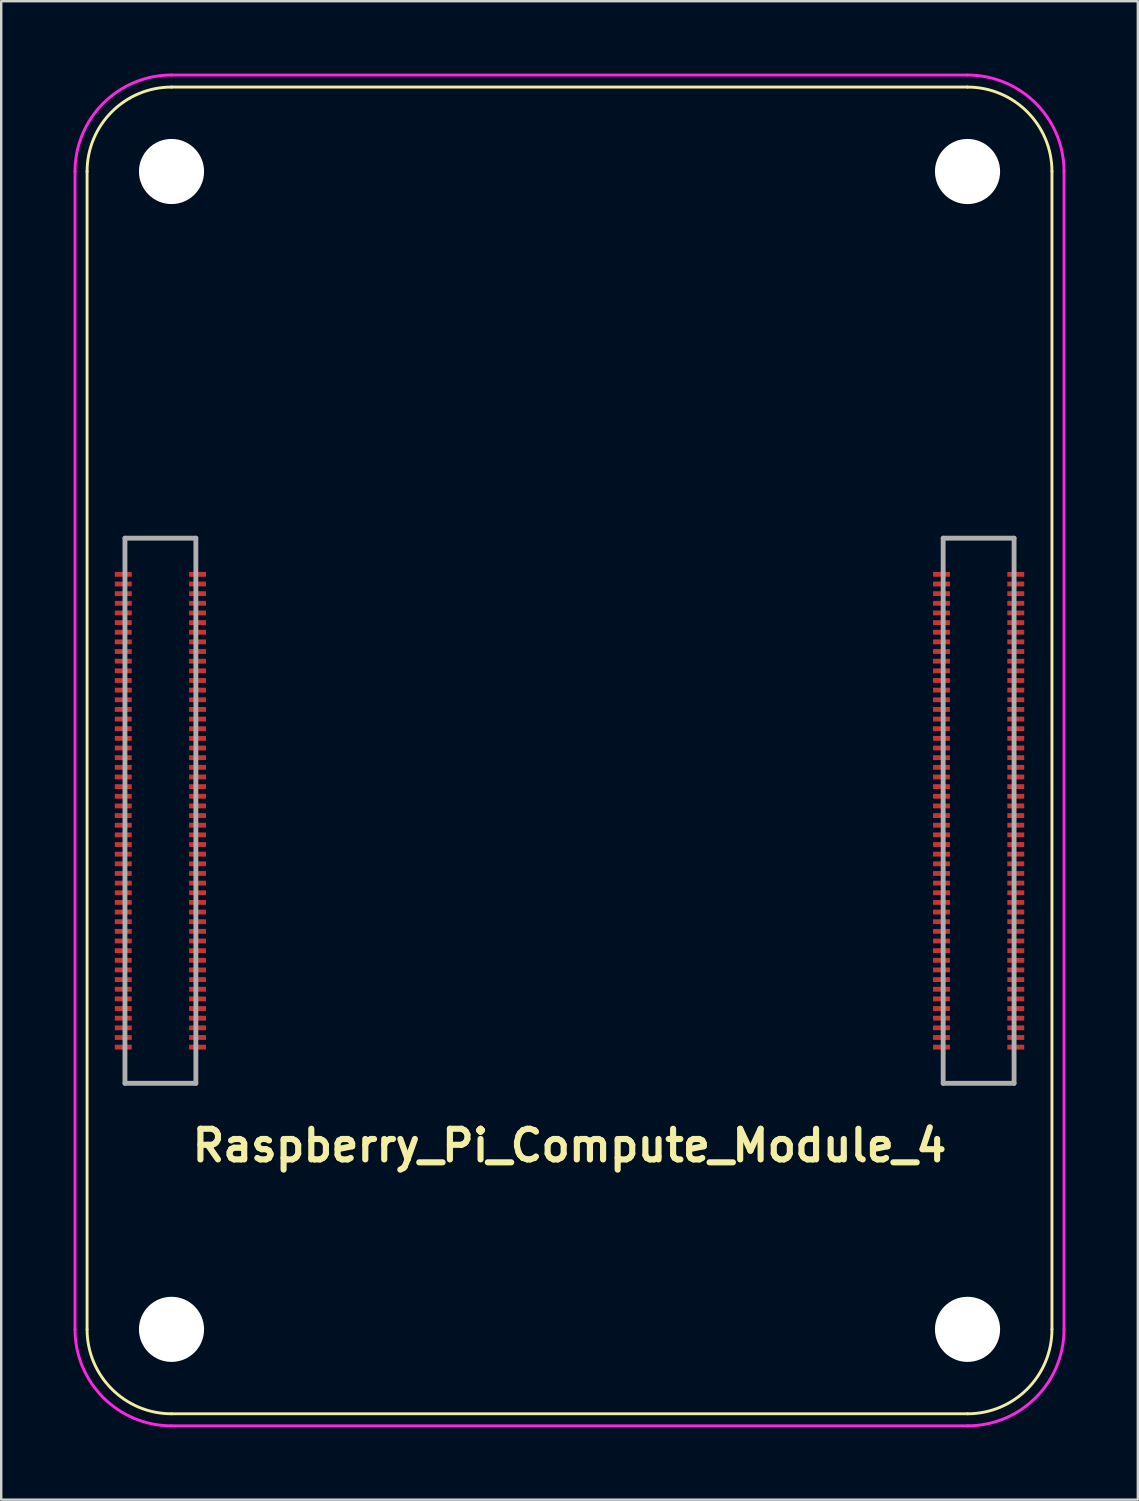
<source format=kicad_pcb>
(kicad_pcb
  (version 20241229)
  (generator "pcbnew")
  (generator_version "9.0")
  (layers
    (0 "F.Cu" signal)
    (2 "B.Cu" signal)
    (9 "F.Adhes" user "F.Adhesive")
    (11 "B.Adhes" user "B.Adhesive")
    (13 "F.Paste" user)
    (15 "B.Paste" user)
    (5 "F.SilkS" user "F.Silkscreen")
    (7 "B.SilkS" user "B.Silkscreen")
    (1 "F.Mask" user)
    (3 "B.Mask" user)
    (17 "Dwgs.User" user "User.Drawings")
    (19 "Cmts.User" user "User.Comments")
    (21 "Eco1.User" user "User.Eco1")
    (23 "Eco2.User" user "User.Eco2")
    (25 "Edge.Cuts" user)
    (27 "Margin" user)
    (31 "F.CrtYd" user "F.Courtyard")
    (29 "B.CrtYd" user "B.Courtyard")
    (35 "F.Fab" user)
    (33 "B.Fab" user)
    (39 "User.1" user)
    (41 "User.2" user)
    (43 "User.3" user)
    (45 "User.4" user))
  (footprint "Raspberry_Pi_Compute_Module_4"
    (layer "F.Cu")
    (at 4.06 52.06)
    (property "Reference" "Raspberry_Pi_Compute_Module_4" (at 16.5 -7.62 0) (layer "F.SilkS") (effects (font (size 1.27 1.27) (thickness 0.254))))
    (attr smd)
    (fp_line (start -3.5 -48) (end -3.5 0) (stroke (width 0.12) (type solid)) (layer "F.SilkS"))
    (fp_line (start -1.93 -32.8) (end -1.93 -31.5) (stroke (width 0.1) (type solid)) (layer "F.SilkS"))
    (fp_line (start -1.93 -10.2) (end -1.93 -11.5) (stroke (width 0.1) (type solid)) (layer "F.SilkS"))
    (fp_line (start 0 -51.5) (end 33 -51.5) (stroke (width 0.12) (type solid)) (layer "F.SilkS"))
    (fp_line (start 0 3.5) (end 33 3.5) (stroke (width 0.12) (type solid)) (layer "F.SilkS"))
    (fp_line (start 1.01 -32.8) (end -1.93 -32.8) (stroke (width 0.1) (type solid)) (layer "F.SilkS"))
    (fp_line (start 1.01 -31.5) (end 1.01 -32.8) (stroke (width 0.1) (type solid)) (layer "F.SilkS"))
    (fp_line (start 1.01 -11.5) (end 1.01 -10.2) (stroke (width 0.1) (type solid)) (layer "F.SilkS"))
    (fp_line (start 1.01 -10.2) (end -1.93 -10.2) (stroke (width 0.1) (type solid)) (layer "F.SilkS"))
    (fp_line (start 31.99 -32.8) (end 31.99 -31.5) (stroke (width 0.1) (type solid)) (layer "F.SilkS"))
    (fp_line (start 31.99 -10.2) (end 31.99 -11.5) (stroke (width 0.1) (type solid)) (layer "F.SilkS"))
    (fp_line (start 34.93 -32.8) (end 31.99 -32.8) (stroke (width 0.1) (type solid)) (layer "F.SilkS"))
    (fp_line (start 34.93 -31.5) (end 34.93 -32.8) (stroke (width 0.1) (type solid)) (layer "F.SilkS"))
    (fp_line (start 34.93 -11.5) (end 34.93 -10.2) (stroke (width 0.1) (type solid)) (layer "F.SilkS"))
    (fp_line (start 34.93 -10.2) (end 31.99 -10.2) (stroke (width 0.1) (type solid)) (layer "F.SilkS"))
    (fp_line (start 36.5 -48) (end 36.5 0) (stroke (width 0.12) (type solid)) (layer "F.SilkS"))
    (fp_arc (start -3.5 -48) (mid -2.474874 -50.474874) (end 0 -51.5) (stroke (width 0.12) (type solid)) (layer "F.SilkS"))
    (fp_arc (start 0 3.5) (mid -2.474874 2.474874) (end -3.5 0) (stroke (width 0.12) (type solid)) (layer "F.SilkS"))
    (fp_arc (start 33 -51.5) (mid 35.474874 -50.474874) (end 36.5 -48) (stroke (width 0.12) (type solid)) (layer "F.SilkS"))
    (fp_arc (start 36.5 0) (mid 35.474874 2.474874) (end 33 3.5) (stroke (width 0.12) (type solid)) (layer "F.SilkS"))
    (fp_line (start -4 -48) (end -4 0) (stroke (width 0.12) (type solid)) (layer "F.CrtYd"))
    (fp_line (start 0 -52) (end 33 -52) (stroke (width 0.12) (type solid)) (layer "F.CrtYd"))
    (fp_line (start 0 4) (end 33.02 4) (stroke (width 0.12) (type solid)) (layer "F.CrtYd"))
    (fp_line (start 37 -48) (end 37 0) (stroke (width 0.12) (type solid)) (layer "F.CrtYd"))
    (fp_arc (start -4 -48) (mid -2.828427 -50.828427) (end 0 -52) (stroke (width 0.12) (type solid)) (layer "F.CrtYd"))
    (fp_arc (start 0 4) (mid -2.828427 2.828427) (end -4 0) (stroke (width 0.12) (type solid)) (layer "F.CrtYd"))
    (fp_arc (start 33 -52) (mid 35.828427 -50.828427) (end 37 -48) (stroke (width 0.12) (type solid)) (layer "F.CrtYd"))
    (fp_arc (start 37 0) (mid 35.828427 2.828427) (end 33 4) (stroke (width 0.12) (type solid)) (layer "F.CrtYd"))
    (fp_line (start -1.93 -32.8) (end 1.01 -32.8) (stroke (width 0.2) (type solid)) (layer "F.Fab"))
    (fp_line (start -1.93 -10.2) (end -1.93 -32.8) (stroke (width 0.2) (type solid)) (layer "F.Fab"))
    (fp_line (start 1.01 -32.8) (end 1.01 -10.2) (stroke (width 0.2) (type solid)) (layer "F.Fab"))
    (fp_line (start 1.01 -10.2) (end -1.93 -10.2) (stroke (width 0.2) (type solid)) (layer "F.Fab"))
    (fp_line (start 31.99 -32.8) (end 34.93 -32.8) (stroke (width 0.2) (type solid)) (layer "F.Fab"))
    (fp_line (start 31.99 -10.2) (end 31.99 -32.8) (stroke (width 0.2) (type solid)) (layer "F.Fab"))
    (fp_line (start 34.93 -32.8) (end 34.93 -10.2) (stroke (width 0.2) (type solid)) (layer "F.Fab"))
    (fp_line (start 34.93 -10.2) (end 31.99 -10.2) (stroke (width 0.2) (type solid)) (layer "F.Fab"))
    (pad "" np_thru_hole circle (at 0 -48) (size 2.7 2.7) (drill 2.7) (layers "*.Cu" "*.Mask"))
    (pad "" np_thru_hole circle (at 0 0) (size 2.7 2.7) (drill 2.7) (layers "*.Cu" "*.Mask"))
    (pad "" np_thru_hole circle (at 33 -48) (size 2.7 2.7) (drill 2.7) (layers "*.Cu" "*.Mask"))
    (pad "" np_thru_hole circle (at 33 0) (size 2.7 2.7) (drill 2.7) (layers "*.Cu" "*.Mask"))
    (pad "1" smd rect (at -2 -31.3 270) (size 0.2 0.7) (layers "F.Cu" "F.Mask" "F.Paste"))
    (pad "2" smd rect (at 1.08 -31.3 270) (size 0.2 0.7) (layers "F.Cu" "F.Mask" "F.Paste"))
    (pad "3" smd rect (at -2 -30.9 270) (size 0.2 0.7) (layers "F.Cu" "F.Mask" "F.Paste"))
    (pad "4" smd rect (at 1.08 -30.9 270) (size 0.2 0.7) (layers "F.Cu" "F.Mask" "F.Paste"))
    (pad "5" smd rect (at -2 -30.5 270) (size 0.2 0.7) (layers "F.Cu" "F.Mask" "F.Paste"))
    (pad "6" smd rect (at 1.08 -30.5 270) (size 0.2 0.7) (layers "F.Cu" "F.Mask" "F.Paste"))
    (pad "7" smd rect (at -2 -30.1 270) (size 0.2 0.7) (layers "F.Cu" "F.Mask" "F.Paste"))
    (pad "8" smd rect (at 1.08 -30.1 270) (size 0.2 0.7) (layers "F.Cu" "F.Mask" "F.Paste"))
    (pad "9" smd rect (at -2 -29.7 270) (size 0.2 0.7) (layers "F.Cu" "F.Mask" "F.Paste"))
    (pad "10" smd rect (at 1.08 -29.7 270) (size 0.2 0.7) (layers "F.Cu" "F.Mask" "F.Paste"))
    (pad "11" smd rect (at -2 -29.3 270) (size 0.2 0.7) (layers "F.Cu" "F.Mask" "F.Paste"))
    (pad "12" smd rect (at 1.08 -29.3 270) (size 0.2 0.7) (layers "F.Cu" "F.Mask" "F.Paste"))
    (pad "13" smd rect (at -2 -28.9 270) (size 0.2 0.7) (layers "F.Cu" "F.Mask" "F.Paste"))
    (pad "14" smd rect (at 1.08 -28.9 270) (size 0.2 0.7) (layers "F.Cu" "F.Mask" "F.Paste"))
    (pad "15" smd rect (at -2 -28.5 270) (size 0.2 0.7) (layers "F.Cu" "F.Mask" "F.Paste"))
    (pad "16" smd rect (at 1.08 -28.5 270) (size 0.2 0.7) (layers "F.Cu" "F.Mask" "F.Paste"))
    (pad "17" smd rect (at -2 -28.1 270) (size 0.2 0.7) (layers "F.Cu" "F.Mask" "F.Paste"))
    (pad "18" smd rect (at 1.08 -28.1 270) (size 0.2 0.7) (layers "F.Cu" "F.Mask" "F.Paste"))
    (pad "19" smd rect (at -2 -27.7 270) (size 0.2 0.7) (layers "F.Cu" "F.Mask" "F.Paste"))
    (pad "20" smd rect (at 1.08 -27.7 270) (size 0.2 0.7) (layers "F.Cu" "F.Mask" "F.Paste"))
    (pad "21" smd rect (at -2 -27.3 270) (size 0.2 0.7) (layers "F.Cu" "F.Mask" "F.Paste"))
    (pad "22" smd rect (at 1.08 -27.3 270) (size 0.2 0.7) (layers "F.Cu" "F.Mask" "F.Paste"))
    (pad "23" smd rect (at -2 -26.9 270) (size 0.2 0.7) (layers "F.Cu" "F.Mask" "F.Paste"))
    (pad "24" smd rect (at 1.08 -26.9 270) (size 0.2 0.7) (layers "F.Cu" "F.Mask" "F.Paste"))
    (pad "25" smd rect (at -2 -26.5 270) (size 0.2 0.7) (layers "F.Cu" "F.Mask" "F.Paste"))
    (pad "26" smd rect (at 1.08 -26.5 270) (size 0.2 0.7) (layers "F.Cu" "F.Mask" "F.Paste"))
    (pad "27" smd rect (at -2 -26.1 270) (size 0.2 0.7) (layers "F.Cu" "F.Mask" "F.Paste"))
    (pad "28" smd rect (at 1.08 -26.1 270) (size 0.2 0.7) (layers "F.Cu" "F.Mask" "F.Paste"))
    (pad "29" smd rect (at -2 -25.7 270) (size 0.2 0.7) (layers "F.Cu" "F.Mask" "F.Paste"))
    (pad "30" smd rect (at 1.08 -25.7 270) (size 0.2 0.7) (layers "F.Cu" "F.Mask" "F.Paste"))
    (pad "31" smd rect (at -2 -25.3 270) (size 0.2 0.7) (layers "F.Cu" "F.Mask" "F.Paste"))
    (pad "32" smd rect (at 1.08 -25.3 270) (size 0.2 0.7) (layers "F.Cu" "F.Mask" "F.Paste"))
    (pad "33" smd rect (at -2 -24.9 270) (size 0.2 0.7) (layers "F.Cu" "F.Mask" "F.Paste"))
    (pad "34" smd rect (at 1.08 -24.9 270) (size 0.2 0.7) (layers "F.Cu" "F.Mask" "F.Paste"))
    (pad "35" smd rect (at -2 -24.5 270) (size 0.2 0.7) (layers "F.Cu" "F.Mask" "F.Paste"))
    (pad "36" smd rect (at 1.08 -24.5 270) (size 0.2 0.7) (layers "F.Cu" "F.Mask" "F.Paste"))
    (pad "37" smd rect (at -2 -24.1 270) (size 0.2 0.7) (layers "F.Cu" "F.Mask" "F.Paste"))
    (pad "38" smd rect (at 1.08 -24.1 270) (size 0.2 0.7) (layers "F.Cu" "F.Mask" "F.Paste"))
    (pad "39" smd rect (at -2 -23.7 270) (size 0.2 0.7) (layers "F.Cu" "F.Mask" "F.Paste"))
    (pad "40" smd rect (at 1.08 -23.7 270) (size 0.2 0.7) (layers "F.Cu" "F.Mask" "F.Paste"))
    (pad "41" smd rect (at -2 -23.3 270) (size 0.2 0.7) (layers "F.Cu" "F.Mask" "F.Paste"))
    (pad "42" smd rect (at 1.08 -23.3 270) (size 0.2 0.7) (layers "F.Cu" "F.Mask" "F.Paste"))
    (pad "43" smd rect (at -2 -22.9 270) (size 0.2 0.7) (layers "F.Cu" "F.Mask" "F.Paste"))
    (pad "44" smd rect (at 1.08 -22.9 270) (size 0.2 0.7) (layers "F.Cu" "F.Mask" "F.Paste"))
    (pad "45" smd rect (at -2 -22.5 270) (size 0.2 0.7) (layers "F.Cu" "F.Mask" "F.Paste"))
    (pad "46" smd rect (at 1.08 -22.5 270) (size 0.2 0.7) (layers "F.Cu" "F.Mask" "F.Paste"))
    (pad "47" smd rect (at -2 -22.1 270) (size 0.2 0.7) (layers "F.Cu" "F.Mask" "F.Paste"))
    (pad "48" smd rect (at 1.08 -22.1 270) (size 0.2 0.7) (layers "F.Cu" "F.Mask" "F.Paste"))
    (pad "49" smd rect (at -2 -21.7 270) (size 0.2 0.7) (layers "F.Cu" "F.Mask" "F.Paste"))
    (pad "50" smd rect (at 1.08 -21.7 270) (size 0.2 0.7) (layers "F.Cu" "F.Mask" "F.Paste"))
    (pad "51" smd rect (at -2 -21.3 270) (size 0.2 0.7) (layers "F.Cu" "F.Mask" "F.Paste"))
    (pad "52" smd rect (at 1.08 -21.3 270) (size 0.2 0.7) (layers "F.Cu" "F.Mask" "F.Paste"))
    (pad "53" smd rect (at -2 -20.9 270) (size 0.2 0.7) (layers "F.Cu" "F.Mask" "F.Paste"))
    (pad "54" smd rect (at 1.08 -20.9 270) (size 0.2 0.7) (layers "F.Cu" "F.Mask" "F.Paste"))
    (pad "55" smd rect (at -2 -20.5 270) (size 0.2 0.7) (layers "F.Cu" "F.Mask" "F.Paste"))
    (pad "56" smd rect (at 1.08 -20.5 270) (size 0.2 0.7) (layers "F.Cu" "F.Mask" "F.Paste"))
    (pad "57" smd rect (at -2 -20.1 270) (size 0.2 0.7) (layers "F.Cu" "F.Mask" "F.Paste"))
    (pad "58" smd rect (at 1.08 -20.1 270) (size 0.2 0.7) (layers "F.Cu" "F.Mask" "F.Paste"))
    (pad "59" smd rect (at -2 -19.7 270) (size 0.2 0.7) (layers "F.Cu" "F.Mask" "F.Paste"))
    (pad "60" smd rect (at 1.08 -19.7 270) (size 0.2 0.7) (layers "F.Cu" "F.Mask" "F.Paste"))
    (pad "61" smd rect (at -2 -19.3 270) (size 0.2 0.7) (layers "F.Cu" "F.Mask" "F.Paste"))
    (pad "62" smd rect (at 1.08 -19.3 270) (size 0.2 0.7) (layers "F.Cu" "F.Mask" "F.Paste"))
    (pad "63" smd rect (at -2 -18.9 270) (size 0.2 0.7) (layers "F.Cu" "F.Mask" "F.Paste"))
    (pad "64" smd rect (at 1.08 -18.9 270) (size 0.2 0.7) (layers "F.Cu" "F.Mask" "F.Paste"))
    (pad "65" smd rect (at -2 -18.5 270) (size 0.2 0.7) (layers "F.Cu" "F.Mask" "F.Paste"))
    (pad "66" smd rect (at 1.08 -18.5 270) (size 0.2 0.7) (layers "F.Cu" "F.Mask" "F.Paste"))
    (pad "67" smd rect (at -2 -18.1 270) (size 0.2 0.7) (layers "F.Cu" "F.Mask" "F.Paste"))
    (pad "68" smd rect (at 1.08 -18.1 270) (size 0.2 0.7) (layers "F.Cu" "F.Mask" "F.Paste"))
    (pad "69" smd rect (at -2 -17.7 270) (size 0.2 0.7) (layers "F.Cu" "F.Mask" "F.Paste"))
    (pad "70" smd rect (at 1.08 -17.7 270) (size 0.2 0.7) (layers "F.Cu" "F.Mask" "F.Paste"))
    (pad "71" smd rect (at -2 -17.3 270) (size 0.2 0.7) (layers "F.Cu" "F.Mask" "F.Paste"))
    (pad "72" smd rect (at 1.08 -17.3 270) (size 0.2 0.7) (layers "F.Cu" "F.Mask" "F.Paste"))
    (pad "73" smd rect (at -2 -16.9 270) (size 0.2 0.7) (layers "F.Cu" "F.Mask" "F.Paste"))
    (pad "74" smd rect (at 1.08 -16.9 270) (size 0.2 0.7) (layers "F.Cu" "F.Mask" "F.Paste"))
    (pad "75" smd rect (at -2 -16.5 270) (size 0.2 0.7) (layers "F.Cu" "F.Mask" "F.Paste"))
    (pad "76" smd rect (at 1.08 -16.5 270) (size 0.2 0.7) (layers "F.Cu" "F.Mask" "F.Paste"))
    (pad "77" smd rect (at -2 -16.1 270) (size 0.2 0.7) (layers "F.Cu" "F.Mask" "F.Paste"))
    (pad "78" smd rect (at 1.08 -16.1 270) (size 0.2 0.7) (layers "F.Cu" "F.Mask" "F.Paste"))
    (pad "79" smd rect (at -2 -15.7 270) (size 0.2 0.7) (layers "F.Cu" "F.Mask" "F.Paste"))
    (pad "80" smd rect (at 1.08 -15.7 270) (size 0.2 0.7) (layers "F.Cu" "F.Mask" "F.Paste"))
    (pad "81" smd rect (at -2 -15.3 270) (size 0.2 0.7) (layers "F.Cu" "F.Mask" "F.Paste"))
    (pad "82" smd rect (at 1.08 -15.3 270) (size 0.2 0.7) (layers "F.Cu" "F.Mask" "F.Paste"))
    (pad "83" smd rect (at -2 -14.9 270) (size 0.2 0.7) (layers "F.Cu" "F.Mask" "F.Paste"))
    (pad "84" smd rect (at 1.08 -14.9 270) (size 0.2 0.7) (layers "F.Cu" "F.Mask" "F.Paste"))
    (pad "85" smd rect (at -2 -14.5 270) (size 0.2 0.7) (layers "F.Cu" "F.Mask" "F.Paste"))
    (pad "86" smd rect (at 1.08 -14.5 270) (size 0.2 0.7) (layers "F.Cu" "F.Mask" "F.Paste"))
    (pad "87" smd rect (at -2 -14.1 270) (size 0.2 0.7) (layers "F.Cu" "F.Mask" "F.Paste"))
    (pad "88" smd rect (at 1.08 -14.1 270) (size 0.2 0.7) (layers "F.Cu" "F.Mask" "F.Paste"))
    (pad "89" smd rect (at -2 -13.7 270) (size 0.2 0.7) (layers "F.Cu" "F.Mask" "F.Paste"))
    (pad "90" smd rect (at 1.08 -13.7 270) (size 0.2 0.7) (layers "F.Cu" "F.Mask" "F.Paste"))
    (pad "91" smd rect (at -2 -13.3 270) (size 0.2 0.7) (layers "F.Cu" "F.Mask" "F.Paste"))
    (pad "92" smd rect (at 1.08 -13.3 270) (size 0.2 0.7) (layers "F.Cu" "F.Mask" "F.Paste"))
    (pad "93" smd rect (at -2 -12.9 270) (size 0.2 0.7) (layers "F.Cu" "F.Mask" "F.Paste"))
    (pad "94" smd rect (at 1.08 -12.9 270) (size 0.2 0.7) (layers "F.Cu" "F.Mask" "F.Paste"))
    (pad "95" smd rect (at -2 -12.5 270) (size 0.2 0.7) (layers "F.Cu" "F.Mask" "F.Paste"))
    (pad "96" smd rect (at 1.08 -12.5 270) (size 0.2 0.7) (layers "F.Cu" "F.Mask" "F.Paste"))
    (pad "97" smd rect (at -2 -12.1 270) (size 0.2 0.7) (layers "F.Cu" "F.Mask" "F.Paste"))
    (pad "98" smd rect (at 1.08 -12.1 270) (size 0.2 0.7) (layers "F.Cu" "F.Mask" "F.Paste"))
    (pad "99" smd rect (at -2 -11.7 270) (size 0.2 0.7) (layers "F.Cu" "F.Mask" "F.Paste"))
    (pad "100" smd rect (at 1.08 -11.7 270) (size 0.2 0.7) (layers "F.Cu" "F.Mask" "F.Paste"))
    (pad "101" smd rect (at 31.92 -31.3 270) (size 0.2 0.7) (layers "F.Cu" "F.Mask" "F.Paste"))
    (pad "102" smd rect (at 35 -31.3 270) (size 0.2 0.7) (layers "F.Cu" "F.Mask" "F.Paste"))
    (pad "103" smd rect (at 31.92 -30.9 270) (size 0.2 0.7) (layers "F.Cu" "F.Mask" "F.Paste"))
    (pad "104" smd rect (at 35 -30.9 270) (size 0.2 0.7) (layers "F.Cu" "F.Mask" "F.Paste"))
    (pad "105" smd rect (at 31.92 -30.5 270) (size 0.2 0.7) (layers "F.Cu" "F.Mask" "F.Paste"))
    (pad "106" smd rect (at 35 -30.5 270) (size 0.2 0.7) (layers "F.Cu" "F.Mask" "F.Paste"))
    (pad "107" smd rect (at 31.92 -30.1 270) (size 0.2 0.7) (layers "F.Cu" "F.Mask" "F.Paste"))
    (pad "108" smd rect (at 35 -30.1 270) (size 0.2 0.7) (layers "F.Cu" "F.Mask" "F.Paste"))
    (pad "109" smd rect (at 31.92 -29.7 270) (size 0.2 0.7) (layers "F.Cu" "F.Mask" "F.Paste"))
    (pad "110" smd rect (at 35 -29.7 270) (size 0.2 0.7) (layers "F.Cu" "F.Mask" "F.Paste"))
    (pad "111" smd rect (at 31.92 -29.3 270) (size 0.2 0.7) (layers "F.Cu" "F.Mask" "F.Paste"))
    (pad "112" smd rect (at 35 -29.3 270) (size 0.2 0.7) (layers "F.Cu" "F.Mask" "F.Paste"))
    (pad "113" smd rect (at 31.92 -28.9 270) (size 0.2 0.7) (layers "F.Cu" "F.Mask" "F.Paste"))
    (pad "114" smd rect (at 35 -28.9 270) (size 0.2 0.7) (layers "F.Cu" "F.Mask" "F.Paste"))
    (pad "115" smd rect (at 31.92 -28.5 270) (size 0.2 0.7) (layers "F.Cu" "F.Mask" "F.Paste"))
    (pad "116" smd rect (at 35 -28.5 270) (size 0.2 0.7) (layers "F.Cu" "F.Mask" "F.Paste"))
    (pad "117" smd rect (at 31.92 -28.1 270) (size 0.2 0.7) (layers "F.Cu" "F.Mask" "F.Paste"))
    (pad "118" smd rect (at 35 -28.1 270) (size 0.2 0.7) (layers "F.Cu" "F.Mask" "F.Paste"))
    (pad "119" smd rect (at 31.92 -27.7 270) (size 0.2 0.7) (layers "F.Cu" "F.Mask" "F.Paste"))
    (pad "120" smd rect (at 35 -27.7 270) (size 0.2 0.7) (layers "F.Cu" "F.Mask" "F.Paste"))
    (pad "121" smd rect (at 31.92 -27.3 270) (size 0.2 0.7) (layers "F.Cu" "F.Mask" "F.Paste"))
    (pad "122" smd rect (at 35 -27.3 270) (size 0.2 0.7) (layers "F.Cu" "F.Mask" "F.Paste"))
    (pad "123" smd rect (at 31.92 -26.9 270) (size 0.2 0.7) (layers "F.Cu" "F.Mask" "F.Paste"))
    (pad "124" smd rect (at 35 -26.9 270) (size 0.2 0.7) (layers "F.Cu" "F.Mask" "F.Paste"))
    (pad "125" smd rect (at 31.92 -26.5 270) (size 0.2 0.7) (layers "F.Cu" "F.Mask" "F.Paste"))
    (pad "126" smd rect (at 35 -26.5 270) (size 0.2 0.7) (layers "F.Cu" "F.Mask" "F.Paste"))
    (pad "127" smd rect (at 31.92 -26.1 270) (size 0.2 0.7) (layers "F.Cu" "F.Mask" "F.Paste"))
    (pad "128" smd rect (at 35 -26.1 270) (size 0.2 0.7) (layers "F.Cu" "F.Mask" "F.Paste"))
    (pad "129" smd rect (at 31.92 -25.7 270) (size 0.2 0.7) (layers "F.Cu" "F.Mask" "F.Paste"))
    (pad "130" smd rect (at 35 -25.7 270) (size 0.2 0.7) (layers "F.Cu" "F.Mask" "F.Paste"))
    (pad "131" smd rect (at 31.92 -25.3 270) (size 0.2 0.7) (layers "F.Cu" "F.Mask" "F.Paste"))
    (pad "132" smd rect (at 35 -25.3 270) (size 0.2 0.7) (layers "F.Cu" "F.Mask" "F.Paste"))
    (pad "133" smd rect (at 31.92 -24.9 270) (size 0.2 0.7) (layers "F.Cu" "F.Mask" "F.Paste"))
    (pad "134" smd rect (at 35 -24.9 270) (size 0.2 0.7) (layers "F.Cu" "F.Mask" "F.Paste"))
    (pad "135" smd rect (at 31.92 -24.5 270) (size 0.2 0.7) (layers "F.Cu" "F.Mask" "F.Paste"))
    (pad "136" smd rect (at 35 -24.5 270) (size 0.2 0.7) (layers "F.Cu" "F.Mask" "F.Paste"))
    (pad "137" smd rect (at 31.92 -24.1 270) (size 0.2 0.7) (layers "F.Cu" "F.Mask" "F.Paste"))
    (pad "138" smd rect (at 35 -24.1 270) (size 0.2 0.7) (layers "F.Cu" "F.Mask" "F.Paste"))
    (pad "139" smd rect (at 31.92 -23.7 270) (size 0.2 0.7) (layers "F.Cu" "F.Mask" "F.Paste"))
    (pad "140" smd rect (at 35 -23.7 270) (size 0.2 0.7) (layers "F.Cu" "F.Mask" "F.Paste"))
    (pad "141" smd rect (at 31.92 -23.3 270) (size 0.2 0.7) (layers "F.Cu" "F.Mask" "F.Paste"))
    (pad "142" smd rect (at 35 -23.3 270) (size 0.2 0.7) (layers "F.Cu" "F.Mask" "F.Paste"))
    (pad "143" smd rect (at 31.92 -22.9 270) (size 0.2 0.7) (layers "F.Cu" "F.Mask" "F.Paste"))
    (pad "144" smd rect (at 35 -22.9 270) (size 0.2 0.7) (layers "F.Cu" "F.Mask" "F.Paste"))
    (pad "145" smd rect (at 31.92 -22.5 270) (size 0.2 0.7) (layers "F.Cu" "F.Mask" "F.Paste"))
    (pad "146" smd rect (at 35 -22.5 270) (size 0.2 0.7) (layers "F.Cu" "F.Mask" "F.Paste"))
    (pad "147" smd rect (at 31.92 -22.1 270) (size 0.2 0.7) (layers "F.Cu" "F.Mask" "F.Paste"))
    (pad "148" smd rect (at 35 -22.1 270) (size 0.2 0.7) (layers "F.Cu" "F.Mask" "F.Paste"))
    (pad "149" smd rect (at 31.92 -21.7 270) (size 0.2 0.7) (layers "F.Cu" "F.Mask" "F.Paste"))
    (pad "150" smd rect (at 35 -21.7 270) (size 0.2 0.7) (layers "F.Cu" "F.Mask" "F.Paste"))
    (pad "151" smd rect (at 31.92 -21.3 270) (size 0.2 0.7) (layers "F.Cu" "F.Mask" "F.Paste"))
    (pad "152" smd rect (at 35 -21.3 270) (size 0.2 0.7) (layers "F.Cu" "F.Mask" "F.Paste"))
    (pad "153" smd rect (at 31.92 -20.9 270) (size 0.2 0.7) (layers "F.Cu" "F.Mask" "F.Paste"))
    (pad "154" smd rect (at 35 -20.9 270) (size 0.2 0.7) (layers "F.Cu" "F.Mask" "F.Paste"))
    (pad "155" smd rect (at 31.92 -20.5 270) (size 0.2 0.7) (layers "F.Cu" "F.Mask" "F.Paste"))
    (pad "156" smd rect (at 35 -20.5 270) (size 0.2 0.7) (layers "F.Cu" "F.Mask" "F.Paste"))
    (pad "157" smd rect (at 31.92 -20.1 270) (size 0.2 0.7) (layers "F.Cu" "F.Mask" "F.Paste"))
    (pad "158" smd rect (at 35 -20.1 270) (size 0.2 0.7) (layers "F.Cu" "F.Mask" "F.Paste"))
    (pad "159" smd rect (at 31.92 -19.7 270) (size 0.2 0.7) (layers "F.Cu" "F.Mask" "F.Paste"))
    (pad "160" smd rect (at 35 -19.7 270) (size 0.2 0.7) (layers "F.Cu" "F.Mask" "F.Paste"))
    (pad "161" smd rect (at 31.92 -19.3 270) (size 0.2 0.7) (layers "F.Cu" "F.Mask" "F.Paste"))
    (pad "162" smd rect (at 35 -19.3 270) (size 0.2 0.7) (layers "F.Cu" "F.Mask" "F.Paste"))
    (pad "163" smd rect (at 31.92 -18.9 270) (size 0.2 0.7) (layers "F.Cu" "F.Mask" "F.Paste"))
    (pad "164" smd rect (at 35 -18.9 270) (size 0.2 0.7) (layers "F.Cu" "F.Mask" "F.Paste"))
    (pad "165" smd rect (at 31.92 -18.5 270) (size 0.2 0.7) (layers "F.Cu" "F.Mask" "F.Paste"))
    (pad "166" smd rect (at 35 -18.5 270) (size 0.2 0.7) (layers "F.Cu" "F.Mask" "F.Paste"))
    (pad "167" smd rect (at 31.92 -18.1 270) (size 0.2 0.7) (layers "F.Cu" "F.Mask" "F.Paste"))
    (pad "168" smd rect (at 35 -18.1 270) (size 0.2 0.7) (layers "F.Cu" "F.Mask" "F.Paste"))
    (pad "169" smd rect (at 31.92 -17.7 270) (size 0.2 0.7) (layers "F.Cu" "F.Mask" "F.Paste"))
    (pad "170" smd rect (at 35 -17.7 270) (size 0.2 0.7) (layers "F.Cu" "F.Mask" "F.Paste"))
    (pad "171" smd rect (at 31.92 -17.3 270) (size 0.2 0.7) (layers "F.Cu" "F.Mask" "F.Paste"))
    (pad "172" smd rect (at 35 -17.3 270) (size 0.2 0.7) (layers "F.Cu" "F.Mask" "F.Paste"))
    (pad "173" smd rect (at 31.92 -16.9 270) (size 0.2 0.7) (layers "F.Cu" "F.Mask" "F.Paste"))
    (pad "174" smd rect (at 35 -16.9 270) (size 0.2 0.7) (layers "F.Cu" "F.Mask" "F.Paste"))
    (pad "175" smd rect (at 31.92 -16.5 270) (size 0.2 0.7) (layers "F.Cu" "F.Mask" "F.Paste"))
    (pad "176" smd rect (at 35 -16.5 270) (size 0.2 0.7) (layers "F.Cu" "F.Mask" "F.Paste"))
    (pad "177" smd rect (at 31.92 -16.1 270) (size 0.2 0.7) (layers "F.Cu" "F.Mask" "F.Paste"))
    (pad "178" smd rect (at 35 -16.1 270) (size 0.2 0.7) (layers "F.Cu" "F.Mask" "F.Paste"))
    (pad "179" smd rect (at 31.92 -15.7 270) (size 0.2 0.7) (layers "F.Cu" "F.Mask" "F.Paste"))
    (pad "180" smd rect (at 35 -15.7 270) (size 0.2 0.7) (layers "F.Cu" "F.Mask" "F.Paste"))
    (pad "181" smd rect (at 31.92 -15.3 270) (size 0.2 0.7) (layers "F.Cu" "F.Mask" "F.Paste"))
    (pad "182" smd rect (at 35 -15.3 270) (size 0.2 0.7) (layers "F.Cu" "F.Mask" "F.Paste"))
    (pad "183" smd rect (at 31.92 -14.9 270) (size 0.2 0.7) (layers "F.Cu" "F.Mask" "F.Paste"))
    (pad "184" smd rect (at 35 -14.9 270) (size 0.2 0.7) (layers "F.Cu" "F.Mask" "F.Paste"))
    (pad "185" smd rect (at 31.92 -14.5 270) (size 0.2 0.7) (layers "F.Cu" "F.Mask" "F.Paste"))
    (pad "186" smd rect (at 35 -14.5 270) (size 0.2 0.7) (layers "F.Cu" "F.Mask" "F.Paste"))
    (pad "187" smd rect (at 31.92 -14.1 270) (size 0.2 0.7) (layers "F.Cu" "F.Mask" "F.Paste"))
    (pad "188" smd rect (at 35 -14.1 270) (size 0.2 0.7) (layers "F.Cu" "F.Mask" "F.Paste"))
    (pad "189" smd rect (at 31.92 -13.7 270) (size 0.2 0.7) (layers "F.Cu" "F.Mask" "F.Paste"))
    (pad "190" smd rect (at 35 -13.7 270) (size 0.2 0.7) (layers "F.Cu" "F.Mask" "F.Paste"))
    (pad "191" smd rect (at 31.92 -13.3 270) (size 0.2 0.7) (layers "F.Cu" "F.Mask" "F.Paste"))
    (pad "192" smd rect (at 35 -13.3 270) (size 0.2 0.7) (layers "F.Cu" "F.Mask" "F.Paste"))
    (pad "193" smd rect (at 31.92 -12.9 270) (size 0.2 0.7) (layers "F.Cu" "F.Mask" "F.Paste"))
    (pad "194" smd rect (at 35 -12.9 270) (size 0.2 0.7) (layers "F.Cu" "F.Mask" "F.Paste"))
    (pad "195" smd rect (at 31.92 -12.5 270) (size 0.2 0.7) (layers "F.Cu" "F.Mask" "F.Paste"))
    (pad "196" smd rect (at 35 -12.5 270) (size 0.2 0.7) (layers "F.Cu" "F.Mask" "F.Paste"))
    (pad "197" smd rect (at 31.92 -12.1 270) (size 0.2 0.7) (layers "F.Cu" "F.Mask" "F.Paste"))
    (pad "198" smd rect (at 35 -12.1 270) (size 0.2 0.7) (layers "F.Cu" "F.Mask" "F.Paste"))
    (pad "199" smd rect (at 31.92 -11.7 270) (size 0.2 0.7) (layers "F.Cu" "F.Mask" "F.Paste"))
    (pad "200" smd rect (at 35 -11.7 270) (size 0.2 0.7) (layers "F.Cu" "F.Mask" "F.Paste")))
  (gr_rect
    (start -3 -3)
    (end 44.12 59.12)
    (stroke (width 0.1) (type default))
    (fill no)
    (layer "Edge.Cuts")))
</source>
